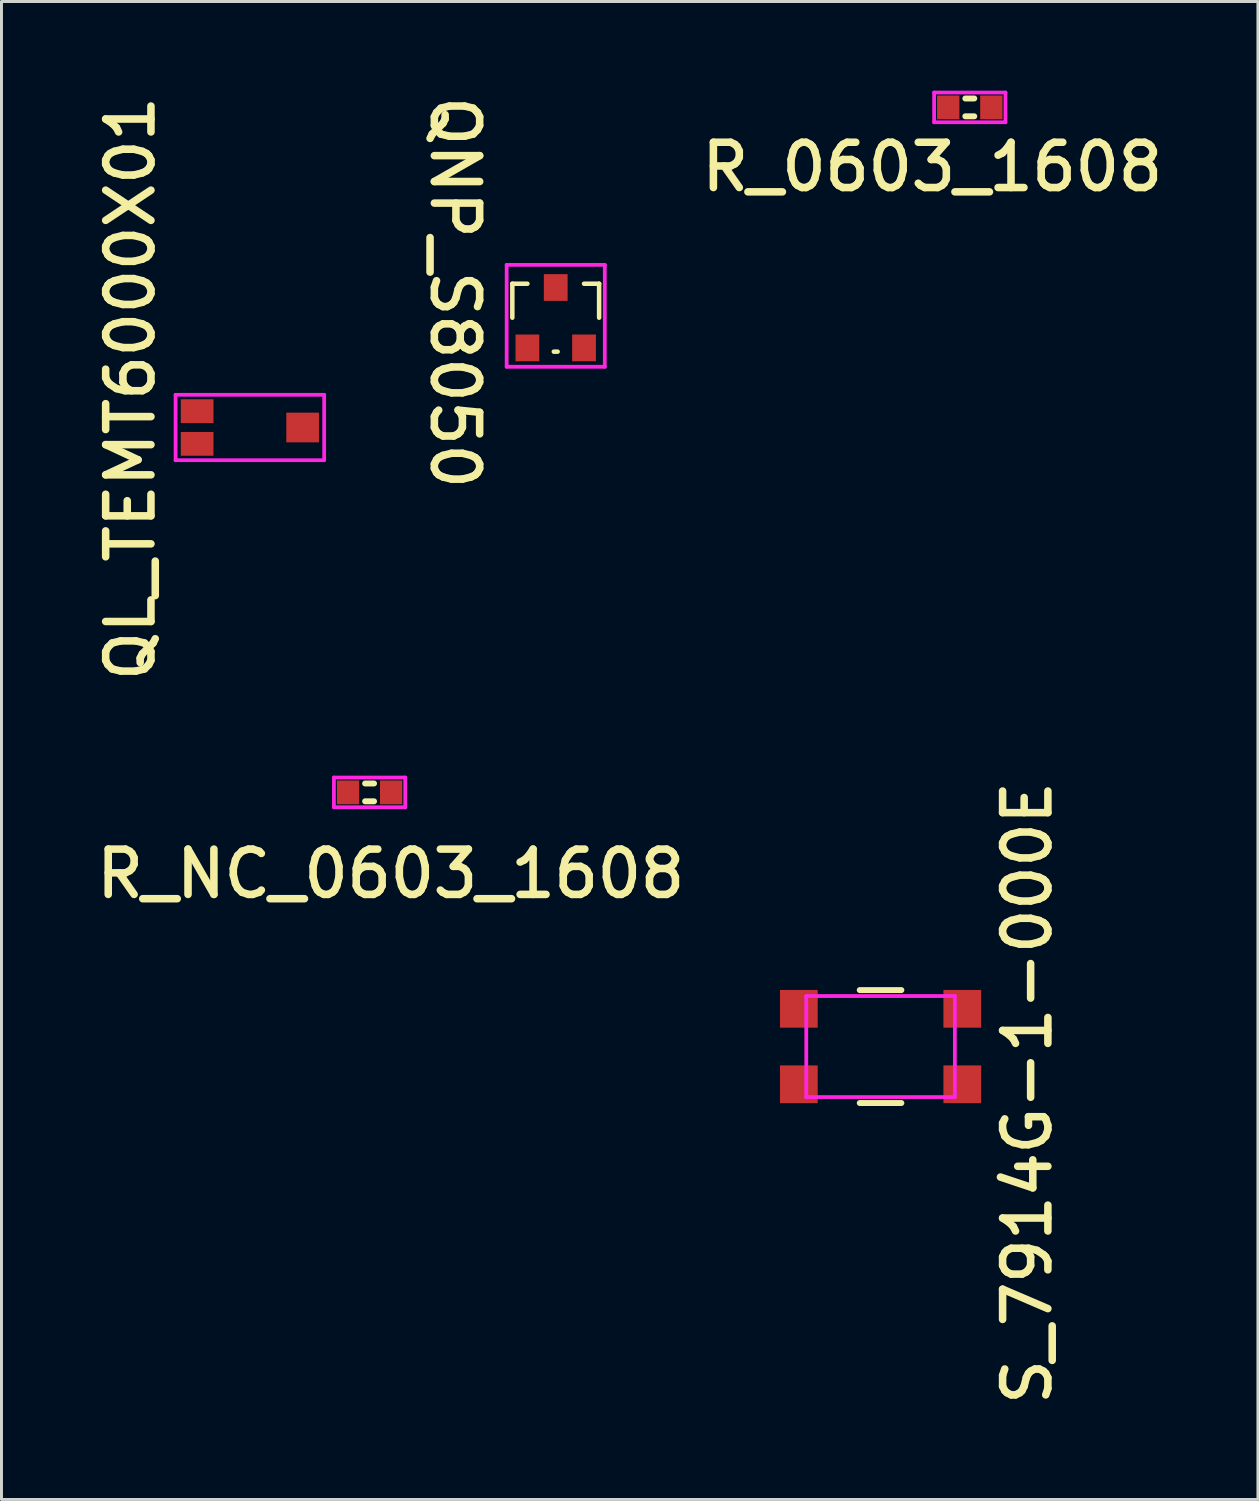
<source format=kicad_pcb>
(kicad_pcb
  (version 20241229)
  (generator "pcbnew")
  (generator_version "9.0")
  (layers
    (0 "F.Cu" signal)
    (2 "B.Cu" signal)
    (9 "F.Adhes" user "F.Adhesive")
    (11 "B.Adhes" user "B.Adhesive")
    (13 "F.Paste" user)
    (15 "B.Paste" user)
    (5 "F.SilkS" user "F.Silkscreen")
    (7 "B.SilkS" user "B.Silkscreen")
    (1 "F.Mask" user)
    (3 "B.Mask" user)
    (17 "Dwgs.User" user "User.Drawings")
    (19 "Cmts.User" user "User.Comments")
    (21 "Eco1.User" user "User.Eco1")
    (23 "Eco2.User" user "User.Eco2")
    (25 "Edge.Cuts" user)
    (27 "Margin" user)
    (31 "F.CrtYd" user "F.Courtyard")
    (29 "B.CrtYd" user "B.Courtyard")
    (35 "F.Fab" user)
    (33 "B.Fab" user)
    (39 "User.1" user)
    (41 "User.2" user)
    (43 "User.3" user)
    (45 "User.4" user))
  (footprint "R_NC_0603_1608"
    (layer "F.Cu")
    (at 9.387 23.615)
    (property "Reference" "R_NC_0603_1608" (at 0.712 2.741 0) (unlocked yes) (layer "F.SilkS") (effects (font (size 1.524 1.524) (thickness 0.254))))
    (attr smd)
    (fp_line (start -0.15 -0.3) (end 0.15 -0.3) (stroke (width 0.2) (type solid)) (layer "F.SilkS"))
    (fp_line (start -0.15 0.3) (end 0.15 0.3) (stroke (width 0.2) (type solid)) (layer "F.SilkS"))
    (fp_line (start -1.2 -0.5) (end -1.2 0.5) (stroke (width 0.127) (type solid)) (layer "F.CrtYd"))
    (fp_line (start 1.2 -0.5) (end -1.2 -0.5) (stroke (width 0.127) (type solid)) (layer "F.CrtYd"))
    (fp_line (start 1.2 -0.5) (end 1.2 0.5) (stroke (width 0.127) (type solid)) (layer "F.CrtYd"))
    (fp_line (start 1.2 0.5) (end -1.2 0.5) (stroke (width 0.127) (type solid)) (layer "F.CrtYd"))
    (fp_line (start -0.86 -0.46) (end -0.86 0.46) (stroke (width 0.127) (type solid)) (layer "User.13"))
    (fp_line (start -0.86 -0.46) (end 0.86 -0.46) (stroke (width 0.127) (type solid)) (layer "User.13"))
    (fp_line (start -0.86 0.46) (end 0.86 0.46) (stroke (width 0.127) (type solid)) (layer "User.13"))
    (fp_line (start 0.86 -0.46) (end 0.86 0.46) (stroke (width 0.127) (type solid)) (layer "User.13"))
    (pad "1" smd rect (at -0.725 0 270) (size 0.8 0.75) (layers "F.Cu" "F.Mask" "F.Paste"))
    (pad "2" smd rect (at 0.725 0 270) (size 0.8 0.75) (layers "F.Cu" "F.Mask" "F.Paste")))
  (footprint "QL_TEMT6000X01"
    (layer "F.Cu")
    (at 5.359 11.336)
    (property "Reference" "QL_TEMT6000X01" (at -4.021 -1.31 90) (unlocked yes) (layer "F.SilkS") (effects (font (size 1.524 1.524) (thickness 0.254))))
    (attr smd)
    (fp_line (start -2.5 1.1) (end -2.5 -1.1) (stroke (width 0.127) (type solid)) (layer "F.CrtYd"))
    (fp_line (start 2.5 -1.1) (end -2.5 -1.1) (stroke (width 0.127) (type solid)) (layer "F.CrtYd"))
    (fp_line (start 2.5 1.1) (end -2.5 1.1) (stroke (width 0.127) (type solid)) (layer "F.CrtYd"))
    (fp_line (start 2.5 1.1) (end 2.5 -1.1) (stroke (width 0.127) (type solid)) (layer "F.CrtYd"))
    (fp_line (start -2 1) (end -2 -1) (stroke (width 0.127) (type solid)) (layer "User.13"))
    (fp_line (start 2 -1) (end -2 -1) (stroke (width 0.127) (type solid)) (layer "User.13"))
    (fp_line (start 2 1) (end -2 1) (stroke (width 0.127) (type solid)) (layer "User.13"))
    (fp_line (start 2 1) (end 2 -1) (stroke (width 0.127) (type solid)) (layer "User.13"))
    (pad "1" smd rect (at 1.775 0) (size 1.1 1) (layers "F.Cu" "F.Mask" "F.Paste"))
    (pad "2" smd rect (at -1.775 -0.55) (size 1.1 0.8) (layers "F.Cu" "F.Mask" "F.Paste"))
    (pad "NC" smd rect (at -1.775 0.55) (size 1.1 0.8) (layers "F.Cu" "F.Mask" "F.Paste")))
  (footprint "S_7914G-1-000E"
    (layer "F.Cu")
    (at 26.582 32.168)
    (property "Reference" "S_7914G-1-000E" (at 4.939 1.562 90) (unlocked yes) (layer "F.SilkS") (effects (font (size 1.524 1.524) (thickness 0.254))))
    (attr smd)
    (fp_line (start -0.7 -1.9) (end 0.7 -1.9) (stroke (width 0.2) (type solid)) (layer "F.SilkS"))
    (fp_line (start -0.7 1.9) (end 0.7 1.9) (stroke (width 0.2) (type solid)) (layer "F.SilkS"))
    (fp_line (start -2.5 1.7) (end -2.5 -1.7) (stroke (width 0.127) (type solid)) (layer "F.CrtYd"))
    (fp_line (start 2.5 -1.7) (end -2.5 -1.7) (stroke (width 0.127) (type solid)) (layer "F.CrtYd"))
    (fp_line (start 2.5 1.7) (end -2.5 1.7) (stroke (width 0.127) (type solid)) (layer "F.CrtYd"))
    (fp_line (start 2.5 1.7) (end 2.5 -1.7) (stroke (width 0.127) (type solid)) (layer "F.CrtYd"))
    (fp_line (start -1.75 -1.45) (end 1.75 -1.45) (stroke (width 0.127) (type solid)) (layer "User.13"))
    (fp_line (start -1.75 1.45) (end -1.75 -1.45) (stroke (width 0.127) (type solid)) (layer "User.13"))
    (fp_line (start -1.75 1.45) (end 1.75 1.45) (stroke (width 0.127) (type solid)) (layer "User.13"))
    (fp_line (start 1.75 1.45) (end 1.75 -1.45) (stroke (width 0.127) (type solid)) (layer "User.13"))
    (pad "1" smd rect (at -2.75 1.27 180) (size 1.27 1.27) (layers "F.Cu" "F.Mask" "F.Paste"))
    (pad "1" smd rect (at 2.75 1.27) (size 1.27 1.27) (layers "F.Cu" "F.Mask" "F.Paste"))
    (pad "2" smd rect (at -2.75 -1.27) (size 1.27 1.27) (layers "F.Cu" "F.Mask" "F.Paste"))
    (pad "2" smd rect (at 2.75 -1.27) (size 1.27 1.27) (layers "F.Cu" "F.Mask" "F.Paste")))
  (footprint "R_0603_1608"
    (layer "F.Cu")
    (at 29.585 0.564)
    (property "Reference" "R_0603_1608" (at -1.262 2.005 0) (unlocked yes) (layer "F.SilkS") (effects (font (size 1.524 1.524) (thickness 0.254))))
    (attr smd)
    (fp_line (start -0.15 -0.3) (end 0.15 -0.3) (stroke (width 0.2) (type solid)) (layer "F.SilkS"))
    (fp_line (start -0.15 0.3) (end 0.15 0.3) (stroke (width 0.2) (type solid)) (layer "F.SilkS"))
    (fp_line (start -1.2 -0.5) (end -1.2 0.5) (stroke (width 0.127) (type solid)) (layer "F.CrtYd"))
    (fp_line (start 1.2 -0.5) (end -1.2 -0.5) (stroke (width 0.127) (type solid)) (layer "F.CrtYd"))
    (fp_line (start 1.2 -0.5) (end 1.2 0.5) (stroke (width 0.127) (type solid)) (layer "F.CrtYd"))
    (fp_line (start 1.2 0.5) (end -1.2 0.5) (stroke (width 0.127) (type solid)) (layer "F.CrtYd"))
    (fp_line (start -0.86 -0.46) (end -0.86 0.46) (stroke (width 0.127) (type solid)) (layer "User.13"))
    (fp_line (start -0.86 -0.46) (end 0.86 -0.46) (stroke (width 0.127) (type solid)) (layer "User.13"))
    (fp_line (start -0.86 0.46) (end 0.86 0.46) (stroke (width 0.127) (type solid)) (layer "User.13"))
    (fp_line (start 0.86 -0.46) (end 0.86 0.46) (stroke (width 0.127) (type solid)) (layer "User.13"))
    (pad "1" smd rect (at -0.725 0 270) (size 0.8 0.75) (layers "F.Cu" "F.Mask" "F.Paste"))
    (pad "2" smd rect (at 0.725 0 270) (size 0.8 0.75) (layers "F.Cu" "F.Mask" "F.Paste")))
  (footprint "QNP_S8050"
    (layer "F.Cu")
    (at 15.651 7.641)
    (property "Reference" "QNP_S8050" (at -3.392 -0.845 270) (unlocked yes) (layer "F.SilkS") (effects (font (size 1.524 1.524) (thickness 0.254))))
    (attr smd)
    (fp_line (start -1.46 -1.143) (end -1.46 0) (stroke (width 0.152) (type solid)) (layer "F.SilkS"))
    (fp_line (start -0.953 -1.143) (end -1.46 -1.143) (stroke (width 0.152) (type solid)) (layer "F.SilkS"))
    (fp_line (start 0.064 1.143) (end -0.064 1.143) (stroke (width 0.152) (type solid)) (layer "F.SilkS"))
    (fp_line (start 1.46 -1.143) (end 0.953 -1.143) (stroke (width 0.152) (type solid)) (layer "F.SilkS"))
    (fp_line (start 1.46 -1.143) (end 1.46 0) (stroke (width 0.152) (type solid)) (layer "F.SilkS"))
    (fp_line (start -1.651 -1.778) (end -1.651 1.651) (stroke (width 0.127) (type solid)) (layer "F.CrtYd"))
    (fp_line (start -1.651 -1.778) (end 1.651 -1.778) (stroke (width 0.127) (type solid)) (layer "F.CrtYd"))
    (fp_line (start -1.651 1.651) (end 1.651 1.651) (stroke (width 0.127) (type solid)) (layer "F.CrtYd"))
    (fp_line (start 1.651 -1.778) (end 1.651 1.651) (stroke (width 0.127) (type solid)) (layer "F.CrtYd"))
    (fp_line (start -1.524 -0.635) (end -1.524 0.508) (stroke (width 0.127) (type solid)) (layer "User.13"))
    (fp_line (start 1.524 -0.635) (end -1.524 -0.635) (stroke (width 0.127) (type solid)) (layer "User.13"))
    (fp_line (start 1.524 -0.635) (end 1.524 0.508) (stroke (width 0.127) (type solid)) (layer "User.13"))
    (fp_line (start 1.524 0.508) (end -1.524 0.508) (stroke (width 0.127) (type solid)) (layer "User.13"))
    (pad "B" smd rect (at -0.953 1.016 180) (size 0.8 0.9) (layers "F.Cu" "F.Mask" "F.Paste"))
    (pad "C" smd rect (at 0 -1.016 180) (size 0.8 0.9) (layers "F.Cu" "F.Mask" "F.Paste"))
    (pad "E" smd rect (at 0.953 1.016 180) (size 0.8 0.9) (layers "F.Cu" "F.Mask" "F.Paste")))
  (gr_rect
    (start -3 -3)
    (end 39.281 47.409)
    (stroke (width 0.1) (type default))
    (fill no)
    (layer "Edge.Cuts")))
</source>
